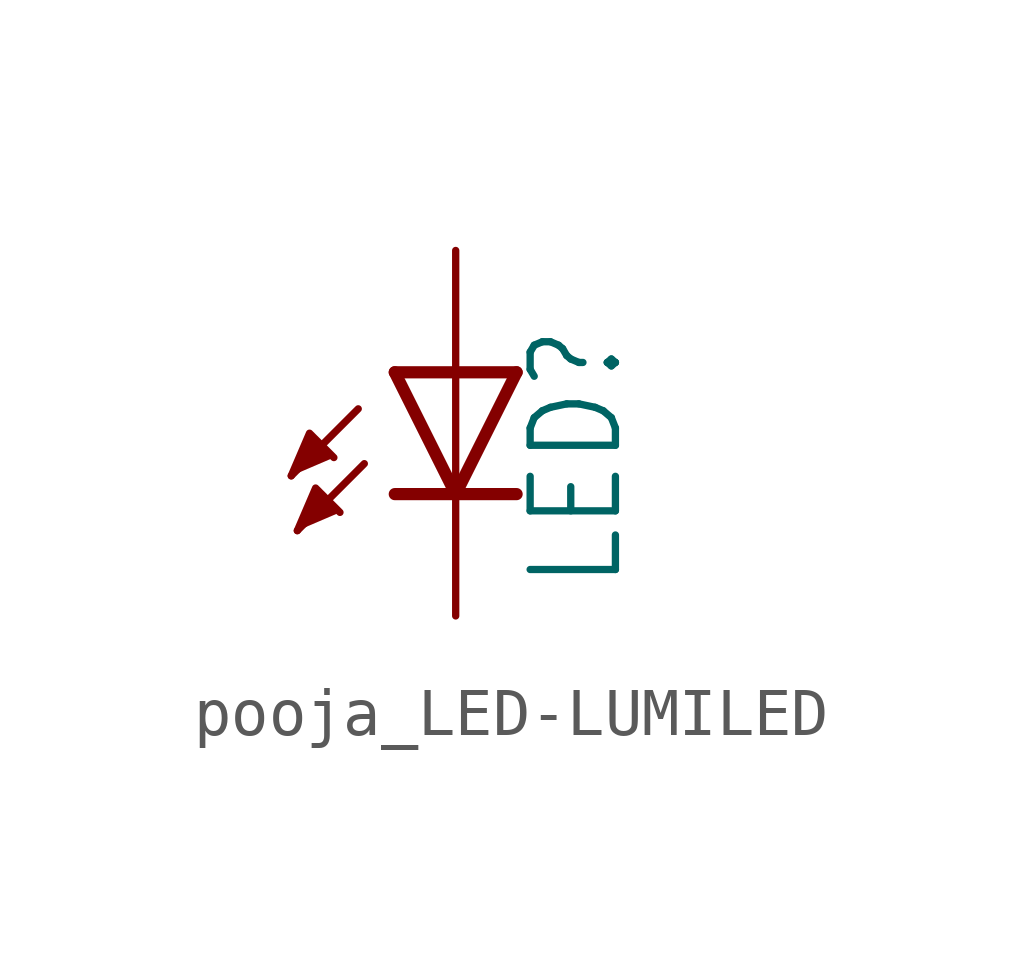
<source format=kicad_sym>
(kicad_symbol_lib
  (version 20220914)
  (generator kicad_symbol_editor)
  (symbol "pooja_LED-LUMILED"
    (property "Reference" "LED"
      (at 3.556 -4.572 90)
      (effects (font (size 1.778 1.511)) (justify left bottom)))
    (property "Value" ""
      (at 5.715 -4.572 90)
      (effects (font (size 1.778 1.511)) (justify left bottom)))
    (property "ki_locked" ""
      (at 0 0 0)
      (effects (font (size 1.27 1.27))))
    (symbol "pooja_LED-LUMILED_1_0"
      (polyline (pts (xy -2.032 -0.762) (xy -3.429 -2.159)) (stroke (width 0.152) (type solid)) (fill (type none)))
      (polyline (pts (xy -1.905 -1.905) (xy -3.302 -3.302)) (stroke (width 0.152) (type solid)) (fill (type none)))
      (polyline (pts (xy 0 -2.54) (xy -1.27 -2.54)) (stroke (width 0.254) (type solid)) (fill (type none)))
      (polyline (pts (xy 0 -2.54) (xy -1.27 0)) (stroke (width 0.254) (type solid)) (fill (type none)))
      (polyline (pts (xy 0 0) (xy -1.27 0)) (stroke (width 0.254) (type solid)) (fill (type none)))
      (polyline (pts (xy 0 0) (xy 0 -2.54)) (stroke (width 0.152) (type solid)) (fill (type none)))
      (polyline (pts (xy 1.27 -2.54) (xy 0 -2.54)) (stroke (width 0.254) (type solid)) (fill (type none)))
      (polyline (pts (xy 1.27 0) (xy 0 -2.54)) (stroke (width 0.254) (type solid)) (fill (type none)))
      (polyline (pts (xy 1.27 0) (xy 0 0)) (stroke (width 0.254) (type solid)) (fill (type none)))
      (polyline (pts (xy -3.429 -2.159) (xy -3.048 -1.27) (xy -2.54 -1.778)) (stroke (width 0.152) (type solid)) (fill (type outline)))
      (polyline (pts (xy -3.302 -3.302) (xy -2.921 -2.413) (xy -2.413 -2.921)) (stroke (width 0.152) (type solid)) (fill (type outline)))
      (pin passive line (at 0 2.54 270) (length 2.54) (name "A" (effects (font (size 0 0)))) (number "2+" (effects (font (size 0 0)))))
      (pin passive line (at 0 -5.08 90) (length 2.54) (name "C" (effects (font (size 0 0)))) (number "4-" (effects (font (size 0 0))))))))
</source>
